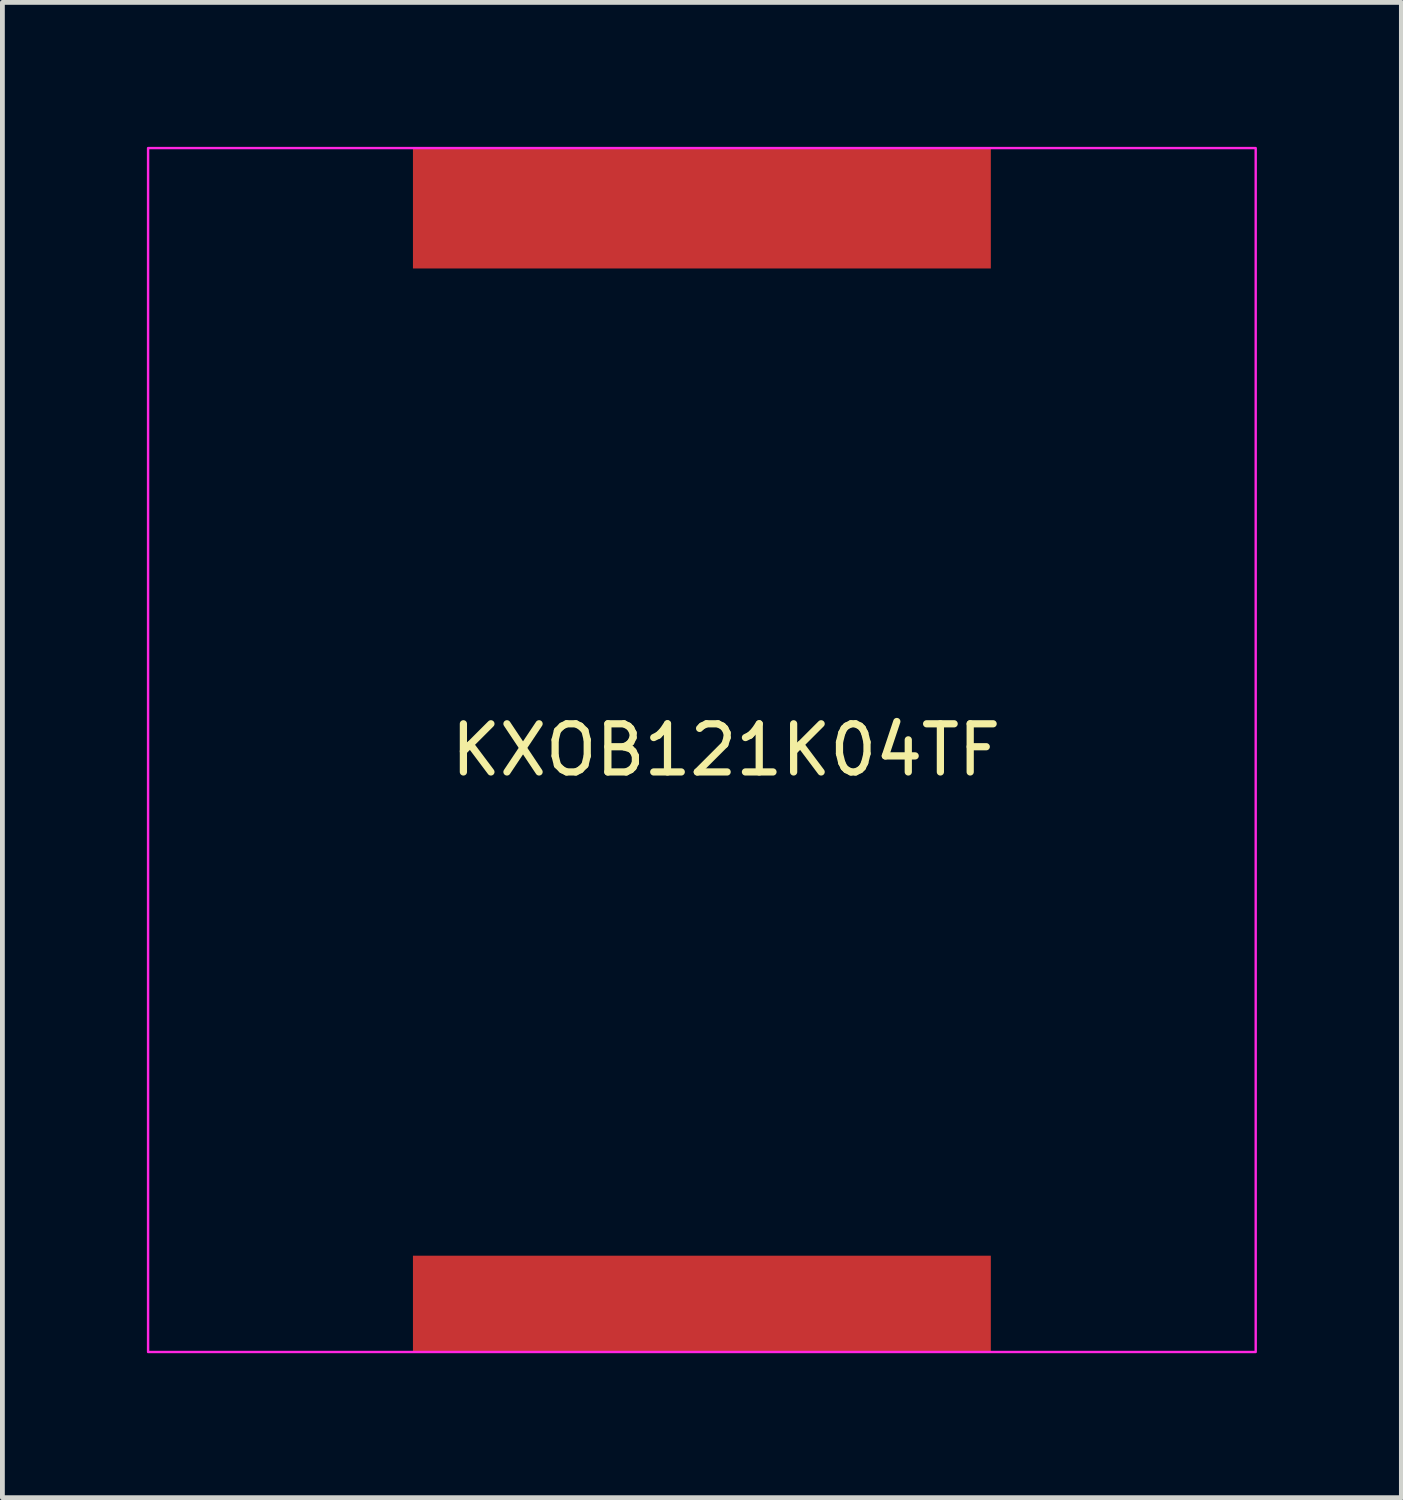
<source format=kicad_pcb>
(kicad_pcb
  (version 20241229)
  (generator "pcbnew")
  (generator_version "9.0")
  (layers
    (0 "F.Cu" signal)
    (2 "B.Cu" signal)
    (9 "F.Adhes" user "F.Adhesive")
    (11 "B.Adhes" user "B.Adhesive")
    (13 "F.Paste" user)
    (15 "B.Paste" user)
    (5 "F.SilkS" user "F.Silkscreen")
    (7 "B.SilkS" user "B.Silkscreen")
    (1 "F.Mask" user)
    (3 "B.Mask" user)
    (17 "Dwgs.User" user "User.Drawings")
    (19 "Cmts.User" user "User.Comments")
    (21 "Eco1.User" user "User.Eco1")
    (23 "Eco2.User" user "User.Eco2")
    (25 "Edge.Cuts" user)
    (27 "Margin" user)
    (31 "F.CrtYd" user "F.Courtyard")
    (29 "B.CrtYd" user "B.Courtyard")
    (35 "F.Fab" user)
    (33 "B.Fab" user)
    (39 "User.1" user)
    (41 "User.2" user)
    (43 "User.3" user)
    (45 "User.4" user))
  (footprint "KXOB121K04TF"
    (layer "F.Cu")
    (at 12.025 13.025)
    (property "Reference" "KXOB121K04TF" (at 0 -0.5 0) (unlocked yes) (layer "F.SilkS") (effects (font (size 1 1) (thickness 0.15))))
    (attr smd)
    (fp_rect (start -12 -13) (end 11 12) (stroke (width 0.05) (type solid)) (fill no) (layer "F.CrtYd"))
    (pad "0" smd rect (at -0.5 11) (size 12 2) (layers "F.Cu" "F.Mask" "F.Paste"))
    (pad "1" smd rect (at -0.5 -11.75) (size 12 2.5) (layers "F.Cu" "F.Mask" "F.Paste")))
  (gr_rect
    (start -3 -3)
    (end 26.05 28.05)
    (stroke (width 0.1) (type default))
    (fill no)
    (layer "Edge.Cuts")))
</source>
